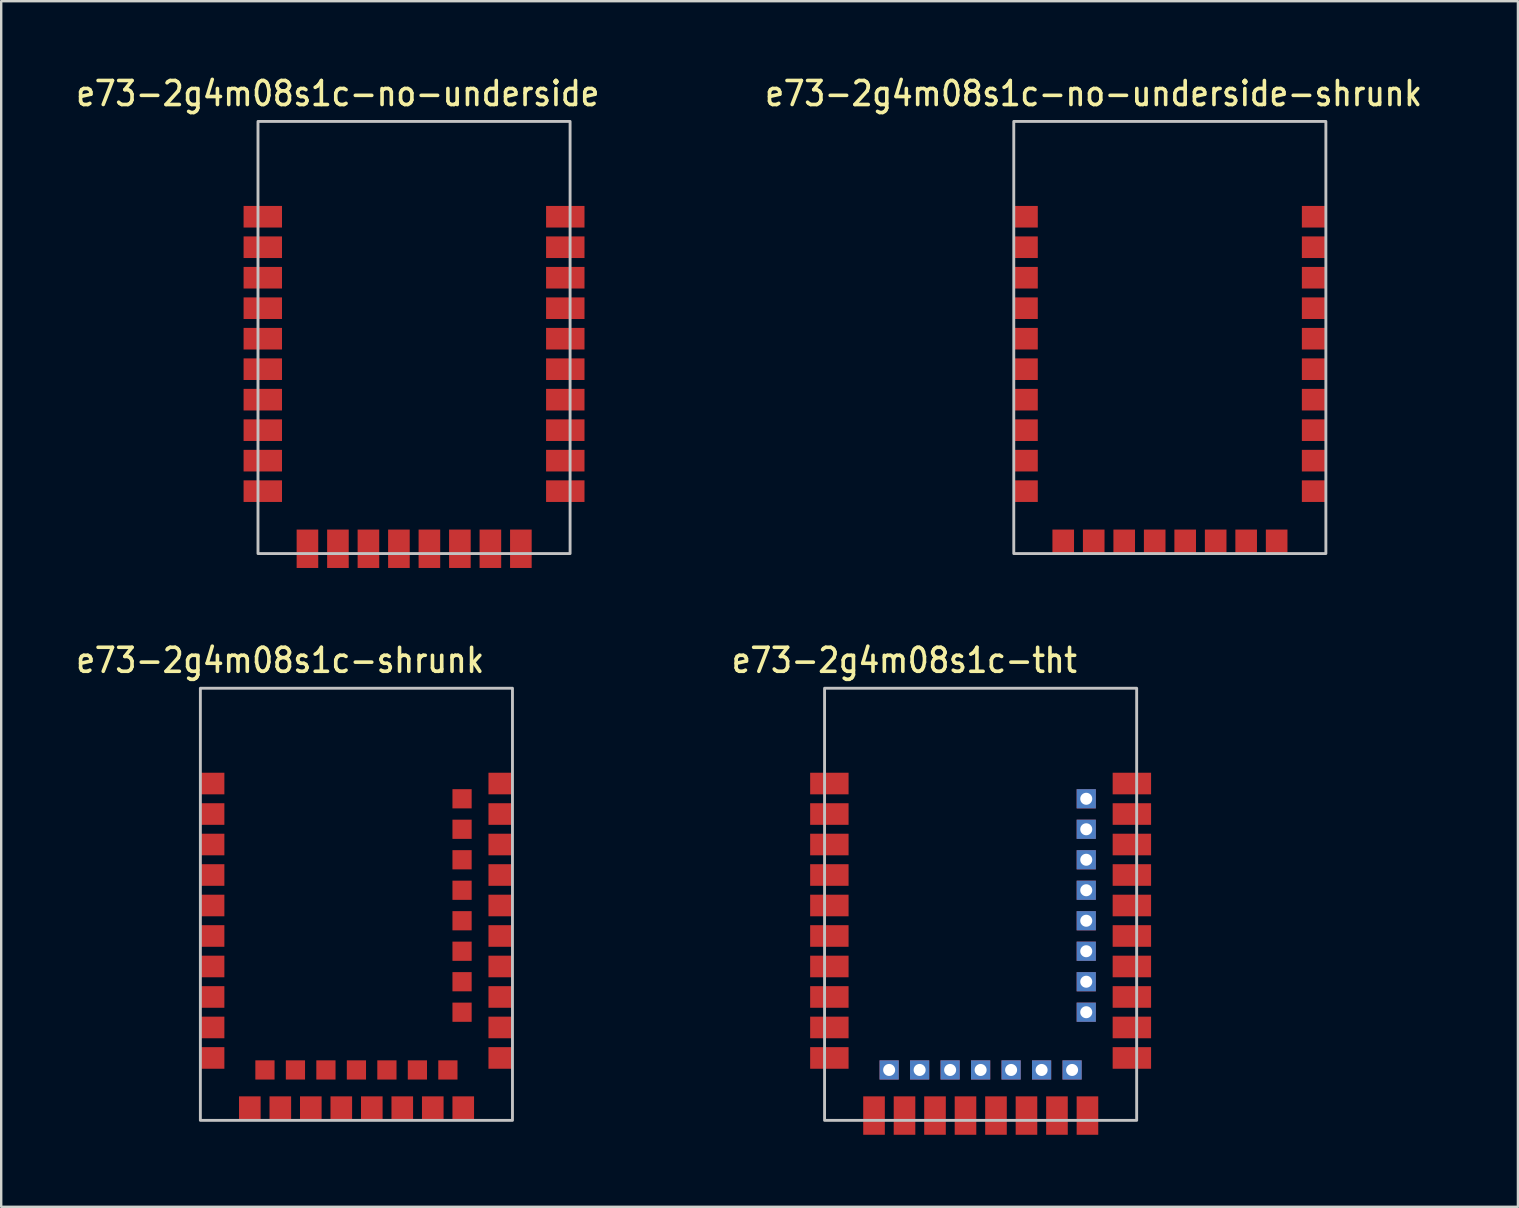
<source format=kicad_pcb>
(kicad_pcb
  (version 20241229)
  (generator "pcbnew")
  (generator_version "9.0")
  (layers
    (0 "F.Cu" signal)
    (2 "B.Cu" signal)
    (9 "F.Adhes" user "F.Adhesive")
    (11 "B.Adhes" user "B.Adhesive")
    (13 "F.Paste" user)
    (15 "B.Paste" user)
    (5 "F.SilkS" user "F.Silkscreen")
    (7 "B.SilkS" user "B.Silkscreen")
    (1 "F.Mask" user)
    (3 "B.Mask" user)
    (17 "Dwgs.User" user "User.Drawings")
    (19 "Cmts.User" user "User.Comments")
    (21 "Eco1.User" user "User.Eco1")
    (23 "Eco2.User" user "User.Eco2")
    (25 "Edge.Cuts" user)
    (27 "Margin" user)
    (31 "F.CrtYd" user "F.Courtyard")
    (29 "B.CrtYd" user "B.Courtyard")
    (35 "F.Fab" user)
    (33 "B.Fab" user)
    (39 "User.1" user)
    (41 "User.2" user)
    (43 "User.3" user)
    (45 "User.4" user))
  (footprint "e73-2g4m08s1c-no-underside"
    (layer "F.Cu")
    (at 14.196 11.008)
    (property "Reference" "e73-2g4m08s1c-no-underside" (at -3.175 -10.16 0) (layer "F.SilkS") (effects (font (size 1 0.9) (thickness 0.15))))
    (attr smd)
    (fp_rect (start -6.5 -9) (end 6.5 9) (stroke (width 0.12) (type default)) (fill no) (layer "Dwgs.User"))
    (pad "1" smd rect (at -6.3 -5.03) (size 1.6 0.9) (layers "F.Cu" "F.Mask" "F.Paste"))
    (pad "2" smd rect (at -6.3 -3.76) (size 1.6 0.9) (layers "F.Cu" "F.Mask" "F.Paste"))
    (pad "3" smd rect (at -6.3 -2.49) (size 1.6 0.9) (layers "F.Cu" "F.Mask" "F.Paste"))
    (pad "4" smd rect (at -6.3 -1.22) (size 1.6 0.9) (layers "F.Cu" "F.Mask" "F.Paste"))
    (pad "5" smd rect (at -6.3 0.05) (size 1.6 0.9) (layers "F.Cu" "F.Mask" "F.Paste"))
    (pad "6" smd rect (at -6.3 1.32) (size 1.6 0.9) (layers "F.Cu" "F.Mask" "F.Paste"))
    (pad "7" smd rect (at -6.3 2.59) (size 1.6 0.9) (layers "F.Cu" "F.Mask" "F.Paste"))
    (pad "8" smd rect (at -6.3 3.86) (size 1.6 0.9) (layers "F.Cu" "F.Mask" "F.Paste"))
    (pad "9" smd rect (at -6.3 5.13) (size 1.6 0.9) (layers "F.Cu" "F.Mask" "F.Paste"))
    (pad "10" smd rect (at -6.3 6.4) (size 1.6 0.9) (layers "F.Cu" "F.Mask" "F.Paste"))
    (pad "11" smd rect (at -4.44 8.8) (size 0.9 1.6) (layers "F.Cu" "F.Mask" "F.Paste"))
    (pad "13" smd rect (at -3.17 8.8) (size 0.9 1.6) (layers "F.Cu" "F.Mask" "F.Paste"))
    (pad "15" smd rect (at -1.9 8.8) (size 0.9 1.6) (layers "F.Cu" "F.Mask" "F.Paste"))
    (pad "17" smd rect (at -0.63 8.8) (size 0.9 1.6) (layers "F.Cu" "F.Mask" "F.Paste"))
    (pad "19" smd rect (at 0.64 8.8) (size 0.9 1.6) (layers "F.Cu" "F.Mask" "F.Paste"))
    (pad "21" smd rect (at 1.91 8.8) (size 0.9 1.6) (layers "F.Cu" "F.Mask" "F.Paste"))
    (pad "23" smd rect (at 3.18 8.8) (size 0.9 1.6) (layers "F.Cu" "F.Mask" "F.Paste"))
    (pad "25" smd rect (at 4.45 8.8) (size 0.9 1.6) (layers "F.Cu" "F.Mask" "F.Paste"))
    (pad "26" smd rect (at 6.3 6.4) (size 1.6 0.9) (layers "F.Cu" "F.Mask" "F.Paste"))
    (pad "27" smd rect (at 6.3 5.13) (size 1.6 0.9) (layers "F.Cu" "F.Mask" "F.Paste"))
    (pad "29" smd rect (at 6.3 3.86) (size 1.6 0.9) (layers "F.Cu" "F.Mask" "F.Paste"))
    (pad "31" smd rect (at 6.3 2.59) (size 1.6 0.9) (layers "F.Cu" "F.Mask" "F.Paste"))
    (pad "33" smd rect (at 6.3 1.32) (size 1.6 0.9) (layers "F.Cu" "F.Mask" "F.Paste"))
    (pad "35" smd rect (at 6.3 0.05) (size 1.6 0.9) (layers "F.Cu" "F.Mask" "F.Paste"))
    (pad "37" smd rect (at 6.3 -1.22) (size 1.6 0.9) (layers "F.Cu" "F.Mask" "F.Paste"))
    (pad "39" smd rect (at 6.3 -2.49) (size 1.6 0.9) (layers "F.Cu" "F.Mask" "F.Paste"))
    (pad "41" smd rect (at 6.3 -3.76) (size 1.6 0.9) (layers "F.Cu" "F.Mask" "F.Paste"))
    (pad "43" smd rect (at 6.3 -5.03) (size 1.6 0.9) (layers "F.Cu" "F.Mask" "F.Paste"))
    (zone (net_name "") (layers "F.Cu" "B.Cu") (hatch full 0.508) (connect_pads) (min_thickness 0.01) (filled_areas_thickness no) (keepout (tracks not_allowed) (vias not_allowed) (pads not_allowed) (copperpour not_allowed) (footprints allowed)) (placement (enabled no)) (fill) (polygon (pts (xy 2.696 2.008) (xy 25.696 2.008) (xy 25.696 5.008) (xy 2.696 5.008)))))
  (footprint "e73-2g4m08s1c-shrunk"
    (layer "F.Cu")
    (at 11.796 34.617)
    (property "Reference" "e73-2g4m08s1c-shrunk" (at -3.175 -10.16 0) (layer "F.SilkS") (effects (font (size 1 0.9) (thickness 0.15))))
    (attr smd)
    (fp_rect (start -6.5 -9) (end 6.5 9) (stroke (width 0.12) (type default)) (fill no) (layer "Dwgs.User"))
    (pad "1" smd rect (at -6 -5.03) (size 1 0.9) (layers "F.Cu" "F.Mask" "F.Paste"))
    (pad "2" smd rect (at -6 -3.76) (size 1 0.9) (layers "F.Cu" "F.Mask" "F.Paste"))
    (pad "3" smd rect (at -6 -2.49) (size 1 0.9) (layers "F.Cu" "F.Mask" "F.Paste"))
    (pad "4" smd rect (at -6 -1.22) (size 1 0.9) (layers "F.Cu" "F.Mask" "F.Paste"))
    (pad "5" smd rect (at -6 0.05) (size 1 0.9) (layers "F.Cu" "F.Mask" "F.Paste"))
    (pad "6" smd rect (at -6 1.32) (size 1 0.9) (layers "F.Cu" "F.Mask" "F.Paste"))
    (pad "7" smd rect (at -6 2.59) (size 1 0.9) (layers "F.Cu" "F.Mask" "F.Paste"))
    (pad "8" smd rect (at -6 3.86) (size 1 0.9) (layers "F.Cu" "F.Mask" "F.Paste"))
    (pad "9" smd rect (at -6 5.13) (size 1 0.9) (layers "F.Cu" "F.Mask" "F.Paste"))
    (pad "10" smd rect (at -6 6.4) (size 1 0.9) (layers "F.Cu" "F.Mask" "F.Paste"))
    (pad "11" smd rect (at -4.44 8.5 90) (size 1 0.9) (layers "F.Cu" "F.Mask" "F.Paste"))
    (pad "12" smd rect (at -3.81 6.9) (size 0.8 0.8) (layers "F.Cu" "F.Mask" "F.Paste"))
    (pad "13" smd rect (at -3.17 8.5 90) (size 1 0.9) (layers "F.Cu" "F.Mask" "F.Paste"))
    (pad "14" smd rect (at -2.54 6.9) (size 0.8 0.8) (layers "F.Cu" "F.Mask" "F.Paste"))
    (pad "15" smd rect (at -1.9 8.5 90) (size 1 0.9) (layers "F.Cu" "F.Mask" "F.Paste"))
    (pad "16" smd rect (at -1.27 6.9) (size 0.8 0.8) (layers "F.Cu" "F.Mask" "F.Paste"))
    (pad "17" smd rect (at -0.63 8.5 90) (size 1 0.9) (layers "F.Cu" "F.Mask" "F.Paste"))
    (pad "18" smd rect (at 0 6.9) (size 0.8 0.8) (layers "F.Cu" "F.Mask" "F.Paste"))
    (pad "19" smd rect (at 0.64 8.5 90) (size 1 0.9) (layers "F.Cu" "F.Mask" "F.Paste"))
    (pad "20" smd rect (at 1.27 6.9) (size 0.8 0.8) (layers "F.Cu" "F.Mask" "F.Paste"))
    (pad "21" smd rect (at 1.91 8.5 90) (size 1 0.9) (layers "F.Cu" "F.Mask" "F.Paste"))
    (pad "22" smd rect (at 2.54 6.9) (size 0.8 0.8) (layers "F.Cu" "F.Mask" "F.Paste"))
    (pad "23" smd rect (at 3.18 8.5 90) (size 1 0.9) (layers "F.Cu" "F.Mask" "F.Paste"))
    (pad "24" smd rect (at 3.81 6.9) (size 0.8 0.8) (layers "F.Cu" "F.Mask" "F.Paste"))
    (pad "25" smd rect (at 4.45 8.5 90) (size 1 0.9) (layers "F.Cu" "F.Mask" "F.Paste"))
    (pad "26" smd rect (at 6 6.4) (size 1 0.9) (layers "F.Cu" "F.Mask" "F.Paste"))
    (pad "27" smd rect (at 6 5.13) (size 1 0.9) (layers "F.Cu" "F.Mask" "F.Paste"))
    (pad "28" smd rect (at 4.4 4.495) (size 0.8 0.8) (layers "F.Cu" "F.Mask" "F.Paste"))
    (pad "29" smd rect (at 6 3.86) (size 1 0.9) (layers "F.Cu" "F.Mask" "F.Paste"))
    (pad "30" smd rect (at 4.4 3.225) (size 0.8 0.8) (layers "F.Cu" "F.Mask" "F.Paste"))
    (pad "31" smd rect (at 6 2.59) (size 1 0.9) (layers "F.Cu" "F.Mask" "F.Paste"))
    (pad "32" smd rect (at 4.4 1.955) (size 0.8 0.8) (layers "F.Cu" "F.Mask" "F.Paste"))
    (pad "33" smd rect (at 6 1.32) (size 1 0.9) (layers "F.Cu" "F.Mask" "F.Paste"))
    (pad "34" smd rect (at 4.4 0.685) (size 0.8 0.8) (layers "F.Cu" "F.Mask" "F.Paste"))
    (pad "35" smd rect (at 6 0.05) (size 1 0.9) (layers "F.Cu" "F.Mask" "F.Paste"))
    (pad "36" smd rect (at 4.4 -0.585) (size 0.8 0.8) (layers "F.Cu" "F.Mask" "F.Paste"))
    (pad "37" smd rect (at 6 -1.22) (size 1 0.9) (layers "F.Cu" "F.Mask" "F.Paste"))
    (pad "38" smd rect (at 4.4 -1.855) (size 0.8 0.8) (layers "F.Cu" "F.Mask" "F.Paste"))
    (pad "39" smd rect (at 6 -2.49) (size 1 0.9) (layers "F.Cu" "F.Mask" "F.Paste"))
    (pad "40" smd rect (at 4.4 -3.125) (size 0.8 0.8) (layers "F.Cu" "F.Mask" "F.Paste"))
    (pad "41" smd rect (at 6 -3.76) (size 1 0.9) (layers "F.Cu" "F.Mask" "F.Paste"))
    (pad "42" smd rect (at 4.4 -4.395) (size 0.8 0.8) (layers "F.Cu" "F.Mask" "F.Paste"))
    (pad "43" smd rect (at 6 -5.03) (size 1 0.9) (layers "F.Cu" "F.Mask" "F.Paste"))
    (zone (net_name "") (layers "F.Cu" "B.Cu") (hatch full 0.508) (connect_pads) (min_thickness 0.01) (filled_areas_thickness no) (keepout (tracks not_allowed) (vias not_allowed) (pads not_allowed) (copperpour not_allowed) (footprints allowed)) (placement (enabled no)) (fill) (polygon (pts (xy 0.296 25.616) (xy 23.296 25.616) (xy 23.296 28.616) (xy 0.296 28.616)))))
  (footprint "e73-2g4m08s1c-tht"
    (layer "F.Cu")
    (at 37.796 34.617)
    (property "Reference" "e73-2g4m08s1c-tht" (at -3.175 -10.16 0) (layer "F.SilkS") (effects (font (size 1 0.9) (thickness 0.15))))
    (attr smd)
    (fp_rect (start -6.5 -9) (end 6.5 9) (stroke (width 0.12) (type default)) (fill no) (layer "Dwgs.User"))
    (pad "1" smd rect (at -6.3 -5.03) (size 1.6 0.9) (layers "F.Cu" "F.Mask" "F.Paste"))
    (pad "2" smd rect (at -6.3 -3.76) (size 1.6 0.9) (layers "F.Cu" "F.Mask" "F.Paste"))
    (pad "3" smd rect (at -6.3 -2.49) (size 1.6 0.9) (layers "F.Cu" "F.Mask" "F.Paste"))
    (pad "4" smd rect (at -6.3 -1.22) (size 1.6 0.9) (layers "F.Cu" "F.Mask" "F.Paste"))
    (pad "5" smd rect (at -6.3 0.05) (size 1.6 0.9) (layers "F.Cu" "F.Mask" "F.Paste"))
    (pad "6" smd rect (at -6.3 1.32) (size 1.6 0.9) (layers "F.Cu" "F.Mask" "F.Paste"))
    (pad "7" smd rect (at -6.3 2.59) (size 1.6 0.9) (layers "F.Cu" "F.Mask" "F.Paste"))
    (pad "8" smd rect (at -6.3 3.86) (size 1.6 0.9) (layers "F.Cu" "F.Mask" "F.Paste"))
    (pad "9" smd rect (at -6.3 5.13) (size 1.6 0.9) (layers "F.Cu" "F.Mask" "F.Paste"))
    (pad "10" smd rect (at -6.3 6.4) (size 1.6 0.9) (layers "F.Cu" "F.Mask" "F.Paste"))
    (pad "11" smd rect (at -4.44 8.8) (size 0.9 1.6) (layers "F.Cu" "F.Mask" "F.Paste"))
    (pad "12" thru_hole rect (at -3.81 6.9) (size 0.8 0.8) (drill 0.5) (layers "*.Cu" "*.Mask"))
    (pad "13" smd rect (at -3.17 8.8) (size 0.9 1.6) (layers "F.Cu" "F.Mask" "F.Paste"))
    (pad "14" thru_hole rect (at -2.54 6.9) (size 0.8 0.8) (drill 0.5) (layers "*.Cu" "*.Mask"))
    (pad "15" smd rect (at -1.9 8.8) (size 0.9 1.6) (layers "F.Cu" "F.Mask" "F.Paste"))
    (pad "16" thru_hole rect (at -1.27 6.9) (size 0.8 0.8) (drill 0.5) (layers "*.Cu" "*.Mask"))
    (pad "17" smd rect (at -0.63 8.8) (size 0.9 1.6) (layers "F.Cu" "F.Mask" "F.Paste"))
    (pad "18" thru_hole rect (at 0 6.9) (size 0.8 0.8) (drill 0.5) (layers "*.Cu" "*.Mask"))
    (pad "19" smd rect (at 0.64 8.8) (size 0.9 1.6) (layers "F.Cu" "F.Mask" "F.Paste"))
    (pad "20" thru_hole rect (at 1.27 6.9) (size 0.8 0.8) (drill 0.5) (layers "*.Cu" "*.Mask"))
    (pad "21" smd rect (at 1.91 8.8) (size 0.9 1.6) (layers "F.Cu" "F.Mask" "F.Paste"))
    (pad "22" thru_hole rect (at 2.54 6.9) (size 0.8 0.8) (drill 0.5) (layers "*.Cu" "*.Mask"))
    (pad "23" smd rect (at 3.18 8.8) (size 0.9 1.6) (layers "F.Cu" "F.Mask" "F.Paste"))
    (pad "24" thru_hole rect (at 3.81 6.9) (size 0.8 0.8) (drill 0.5) (layers "*.Cu" "*.Mask"))
    (pad "25" smd rect (at 4.45 8.8) (size 0.9 1.6) (layers "F.Cu" "F.Mask" "F.Paste"))
    (pad "26" smd rect (at 6.3 6.4) (size 1.6 0.9) (layers "F.Cu" "F.Mask" "F.Paste"))
    (pad "27" smd rect (at 6.3 5.13) (size 1.6 0.9) (layers "F.Cu" "F.Mask" "F.Paste"))
    (pad "28" thru_hole rect (at 4.4 4.495) (size 0.8 0.8) (drill 0.5) (layers "*.Cu" "*.Mask"))
    (pad "29" smd rect (at 6.3 3.86) (size 1.6 0.9) (layers "F.Cu" "F.Mask" "F.Paste"))
    (pad "30" thru_hole rect (at 4.4 3.225) (size 0.8 0.8) (drill 0.5) (layers "*.Cu" "*.Mask"))
    (pad "31" smd rect (at 6.3 2.59) (size 1.6 0.9) (layers "F.Cu" "F.Mask" "F.Paste"))
    (pad "32" thru_hole rect (at 4.4 1.955) (size 0.8 0.8) (drill 0.5) (layers "*.Cu" "*.Mask"))
    (pad "33" smd rect (at 6.3 1.32) (size 1.6 0.9) (layers "F.Cu" "F.Mask" "F.Paste"))
    (pad "34" thru_hole rect (at 4.4 0.685) (size 0.8 0.8) (drill 0.5) (layers "*.Cu" "*.Mask"))
    (pad "35" smd rect (at 6.3 0.05) (size 1.6 0.9) (layers "F.Cu" "F.Mask" "F.Paste"))
    (pad "36" thru_hole rect (at 4.4 -0.585) (size 0.8 0.8) (drill 0.5) (layers "*.Cu" "*.Mask"))
    (pad "37" smd rect (at 6.3 -1.22) (size 1.6 0.9) (layers "F.Cu" "F.Mask" "F.Paste"))
    (pad "38" thru_hole rect (at 4.4 -1.855) (size 0.8 0.8) (drill 0.5) (layers "*.Cu" "*.Mask"))
    (pad "39" smd rect (at 6.3 -2.49) (size 1.6 0.9) (layers "F.Cu" "F.Mask" "F.Paste"))
    (pad "40" thru_hole rect (at 4.4 -3.125) (size 0.8 0.8) (drill 0.5) (layers "*.Cu" "*.Mask"))
    (pad "41" smd rect (at 6.3 -3.76) (size 1.6 0.9) (layers "F.Cu" "F.Mask" "F.Paste"))
    (pad "42" thru_hole rect (at 4.4 -4.395) (size 0.8 0.8) (drill 0.5) (layers "*.Cu" "*.Mask"))
    (pad "43" smd rect (at 6.3 -5.03) (size 1.6 0.9) (layers "F.Cu" "F.Mask" "F.Paste"))
    (zone (net_name "") (layers "F.Cu" "B.Cu") (hatch full 0.508) (connect_pads) (min_thickness 0.01) (filled_areas_thickness no) (keepout (tracks not_allowed) (vias not_allowed) (pads not_allowed) (copperpour not_allowed) (footprints allowed)) (placement (enabled no)) (fill) (polygon (pts (xy 26.296 25.616) (xy 49.296 25.616) (xy 49.296 28.616) (xy 26.296 28.616)))))
  (footprint "e73-2g4m08s1c-no-underside-shrunk"
    (layer "F.Cu")
    (at 45.677 11.008)
    (property "Reference" "e73-2g4m08s1c-no-underside-shrunk" (at -3.175 -10.16 0) (layer "F.SilkS") (effects (font (size 1 0.9) (thickness 0.15))))
    (attr smd)
    (fp_rect (start -6.5 -9) (end 6.5 9) (stroke (width 0.12) (type default)) (fill no) (layer "Dwgs.User"))
    (pad "1" smd rect (at -6 -5.03) (size 1 0.9) (layers "F.Cu" "F.Mask" "F.Paste"))
    (pad "2" smd rect (at -6 -3.76) (size 1 0.9) (layers "F.Cu" "F.Mask" "F.Paste"))
    (pad "3" smd rect (at -6 -2.49) (size 1 0.9) (layers "F.Cu" "F.Mask" "F.Paste"))
    (pad "4" smd rect (at -6 -1.22) (size 1 0.9) (layers "F.Cu" "F.Mask" "F.Paste"))
    (pad "5" smd rect (at -6 0.05) (size 1 0.9) (layers "F.Cu" "F.Mask" "F.Paste"))
    (pad "6" smd rect (at -6 1.32) (size 1 0.9) (layers "F.Cu" "F.Mask" "F.Paste"))
    (pad "7" smd rect (at -6 2.59) (size 1 0.9) (layers "F.Cu" "F.Mask" "F.Paste"))
    (pad "8" smd rect (at -6 3.86) (size 1 0.9) (layers "F.Cu" "F.Mask" "F.Paste"))
    (pad "9" smd rect (at -6 5.13) (size 1 0.9) (layers "F.Cu" "F.Mask" "F.Paste"))
    (pad "10" smd rect (at -6 6.4) (size 1 0.9) (layers "F.Cu" "F.Mask" "F.Paste"))
    (pad "11" smd rect (at -4.44 8.5 90) (size 1 0.9) (layers "F.Cu" "F.Mask" "F.Paste"))
    (pad "13" smd rect (at -3.17 8.5 90) (size 1 0.9) (layers "F.Cu" "F.Mask" "F.Paste"))
    (pad "15" smd rect (at -1.9 8.5 90) (size 1 0.9) (layers "F.Cu" "F.Mask" "F.Paste"))
    (pad "17" smd rect (at -0.63 8.5 90) (size 1 0.9) (layers "F.Cu" "F.Mask" "F.Paste"))
    (pad "19" smd rect (at 0.64 8.5 90) (size 1 0.9) (layers "F.Cu" "F.Mask" "F.Paste"))
    (pad "21" smd rect (at 1.91 8.5 90) (size 1 0.9) (layers "F.Cu" "F.Mask" "F.Paste"))
    (pad "23" smd rect (at 3.18 8.5 90) (size 1 0.9) (layers "F.Cu" "F.Mask" "F.Paste"))
    (pad "25" smd rect (at 4.45 8.5 90) (size 1 0.9) (layers "F.Cu" "F.Mask" "F.Paste"))
    (pad "26" smd rect (at 6 6.4) (size 1 0.9) (layers "F.Cu" "F.Mask" "F.Paste"))
    (pad "27" smd rect (at 6 5.13) (size 1 0.9) (layers "F.Cu" "F.Mask" "F.Paste"))
    (pad "29" smd rect (at 6 3.86) (size 1 0.9) (layers "F.Cu" "F.Mask" "F.Paste"))
    (pad "31" smd rect (at 6 2.59) (size 1 0.9) (layers "F.Cu" "F.Mask" "F.Paste"))
    (pad "33" smd rect (at 6 1.32) (size 1 0.9) (layers "F.Cu" "F.Mask" "F.Paste"))
    (pad "35" smd rect (at 6 0.05) (size 1 0.9) (layers "F.Cu" "F.Mask" "F.Paste"))
    (pad "37" smd rect (at 6 -1.22) (size 1 0.9) (layers "F.Cu" "F.Mask" "F.Paste"))
    (pad "39" smd rect (at 6 -2.49) (size 1 0.9) (layers "F.Cu" "F.Mask" "F.Paste"))
    (pad "41" smd rect (at 6 -3.76) (size 1 0.9) (layers "F.Cu" "F.Mask" "F.Paste"))
    (pad "43" smd rect (at 6 -5.03) (size 1 0.9) (layers "F.Cu" "F.Mask" "F.Paste"))
    (zone (net_name "") (layers "F.Cu" "B.Cu") (hatch full 0.508) (connect_pads) (min_thickness 0.01) (filled_areas_thickness no) (keepout (tracks not_allowed) (vias not_allowed) (pads not_allowed) (copperpour not_allowed) (footprints allowed)) (placement (enabled no)) (fill) (polygon (pts (xy 34.177 2.008) (xy 57.177 2.008) (xy 57.177 5.008) (xy 34.177 5.008)))))
  (gr_rect
    (start -3 -3)
    (end 60.177 47.217)
    (stroke (width 0.1) (type default))
    (fill no)
    (layer "Edge.Cuts")))
</source>
